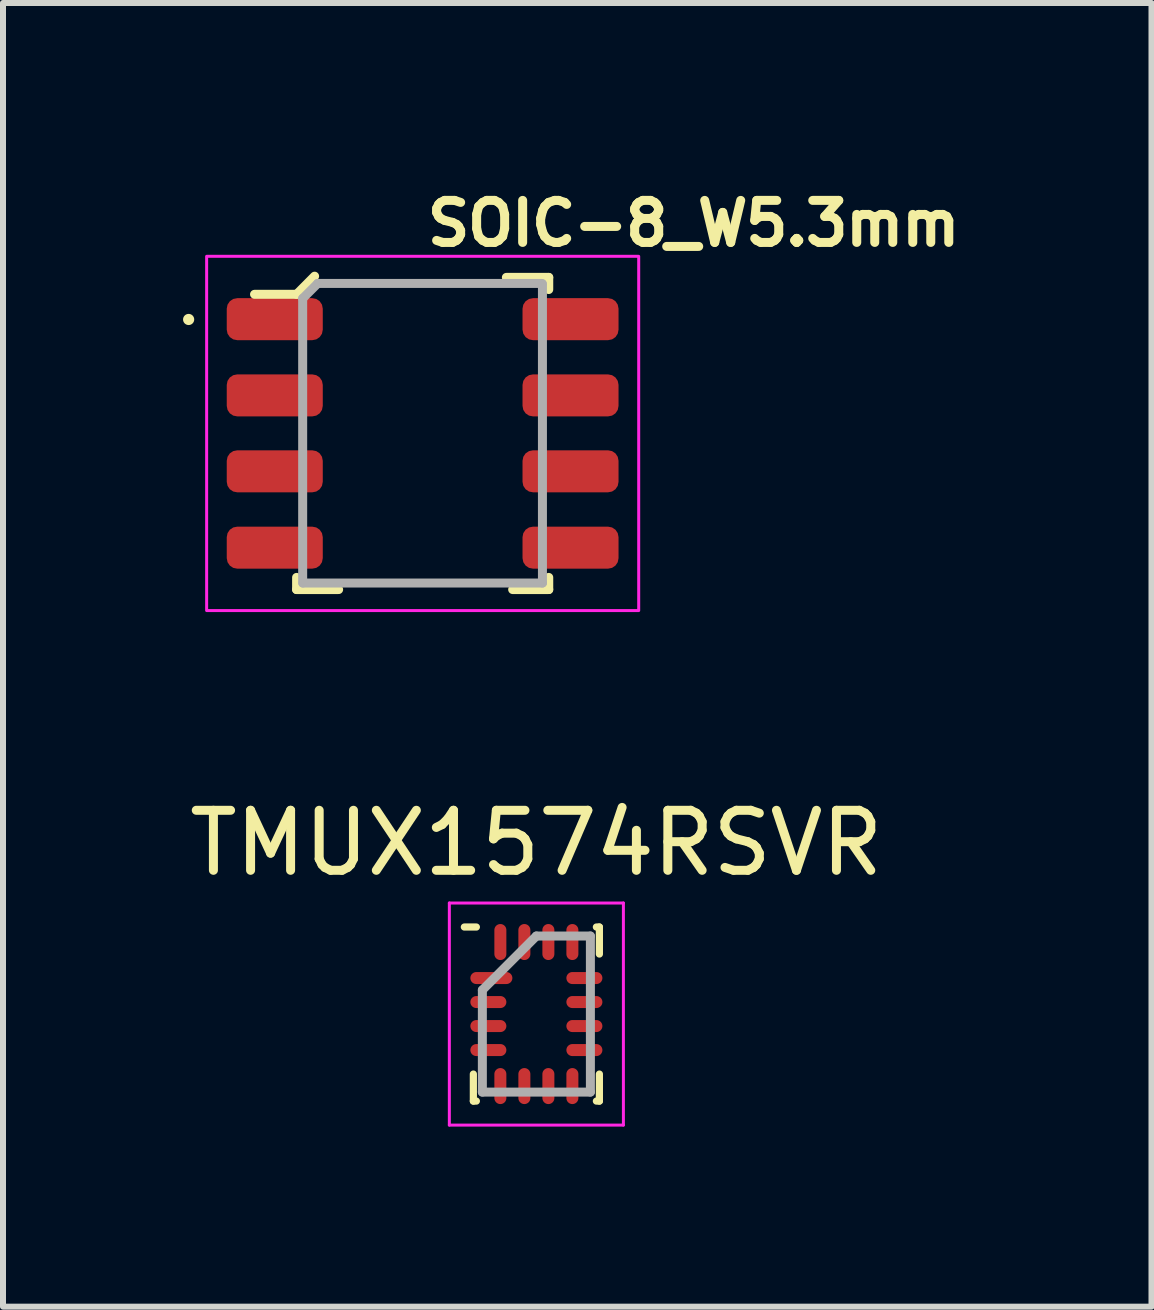
<source format=kicad_pcb>
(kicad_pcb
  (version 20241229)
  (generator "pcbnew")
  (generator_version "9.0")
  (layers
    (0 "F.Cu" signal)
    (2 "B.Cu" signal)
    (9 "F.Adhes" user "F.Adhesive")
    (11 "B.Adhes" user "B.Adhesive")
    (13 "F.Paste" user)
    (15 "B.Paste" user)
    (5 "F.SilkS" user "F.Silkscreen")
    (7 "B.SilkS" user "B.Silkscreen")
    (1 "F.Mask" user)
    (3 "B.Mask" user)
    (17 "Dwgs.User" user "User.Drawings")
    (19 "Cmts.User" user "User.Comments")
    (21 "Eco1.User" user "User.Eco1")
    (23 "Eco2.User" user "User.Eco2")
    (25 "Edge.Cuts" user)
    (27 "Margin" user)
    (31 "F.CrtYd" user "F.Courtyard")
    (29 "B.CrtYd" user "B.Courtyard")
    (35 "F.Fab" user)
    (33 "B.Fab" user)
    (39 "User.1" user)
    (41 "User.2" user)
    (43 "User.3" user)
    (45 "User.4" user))
  (footprint "SOIC-8_W5.3mm"
    (layer "F.Cu")
    (at 3.993 4.173)
    (property "Reference" "SOIC-8_W5.3mm" (at 0 -3.5 0) (layer "F.SilkS") (effects (font (size 0.7 0.7) (thickness 0.15)) (justify left)))
    (attr smd)
    (fp_line (start -2.101 -2.319) (end -2.802 -2.319) (stroke (width 0.15) (type solid)) (layer "F.SilkS"))
    (fp_line (start -2.101 2.398) (end -2.101 2.6) (stroke (width 0.15) (type solid)) (layer "F.SilkS"))
    (fp_line (start -2.101 2.6) (end -1.401 2.6) (stroke (width 0.15) (type solid)) (layer "F.SilkS"))
    (fp_line (start -1.801 -2.621) (end -2.101 -2.319) (stroke (width 0.15) (type solid)) (layer "F.SilkS"))
    (fp_line (start 1.394 -2.601) (end 2.1 -2.601) (stroke (width 0.15) (type solid)) (layer "F.SilkS"))
    (fp_line (start 2.1 -2.601) (end 2.1 -2.399) (stroke (width 0.15) (type solid)) (layer "F.SilkS"))
    (fp_line (start 2.1 2.398) (end 2.1 2.6) (stroke (width 0.15) (type solid)) (layer "F.SilkS"))
    (fp_line (start 2.1 2.6) (end 1.499 2.6) (stroke (width 0.15) (type solid)) (layer "F.SilkS"))
    (fp_circle (center -3.9 -1.9) (end -3.882 -1.9) (stroke (width 0.15) (type solid)) (fill yes) (layer "F.SilkS"))
    (fp_rect (start -3.6 -2.952) (end 3.599 2.95) (stroke (width 0.05) (type solid)) (fill no) (layer "F.CrtYd"))
    (fp_line (start -2 -2.25) (end -1.75 -2.5) (stroke (width 0.15) (type solid)) (layer "F.Fab"))
    (fp_line (start -2 2.491) (end -2 -2.25) (stroke (width 0.15) (type solid)) (layer "F.Fab"))
    (fp_line (start -1.996 2.491) (end 1.995 2.491) (stroke (width 0.15) (type solid)) (layer "F.Fab"))
    (fp_line (start 1.989 -2.5) (end -1.75 -2.5) (stroke (width 0.15) (type solid)) (layer "F.Fab"))
    (fp_line (start 1.995 2.491) (end 1.995 -2.492) (stroke (width 0.15) (type solid)) (layer "F.Fab"))
    (fp_rect (start -3 -2.452) (end 2.999 2.45) (stroke (width 0.1) (type solid)) (fill no) (layer "User.5"))
    (fp_line (start -3 -1.696) (end -3 -2.117) (stroke (width 0.02) (type solid)) (layer "User.9"))
    (fp_line (start -3 -0.425) (end -3 -0.845) (stroke (width 0.02) (type solid)) (layer "User.9"))
    (fp_line (start -3 0.843) (end -3 0.423) (stroke (width 0.02) (type solid)) (layer "User.9"))
    (fp_line (start -3 2.115) (end -3 1.695) (stroke (width 0.02) (type solid)) (layer "User.9"))
    (fp_line (start -2.415 -2.117) (end -3 -2.117) (stroke (width 0.02) (type solid)) (layer "User.9"))
    (fp_line (start -2.415 -1.696) (end -3 -1.696) (stroke (width 0.02) (type solid)) (layer "User.9"))
    (fp_line (start -2.415 -0.845) (end -3 -0.845) (stroke (width 0.02) (type solid)) (layer "User.9"))
    (fp_line (start -2.415 -0.425) (end -3 -0.425) (stroke (width 0.02) (type solid)) (layer "User.9"))
    (fp_line (start -2.415 0.423) (end -3 0.423) (stroke (width 0.02) (type solid)) (layer "User.9"))
    (fp_line (start -2.415 0.843) (end -3 0.843) (stroke (width 0.02) (type solid)) (layer "User.9"))
    (fp_line (start -2.415 1.695) (end -3 1.695) (stroke (width 0.02) (type solid)) (layer "User.9"))
    (fp_line (start -2.415 2.115) (end -3 2.115) (stroke (width 0.02) (type solid)) (layer "User.9"))
    (fp_line (start -2.366 -2.117) (end -2.415 -2.117) (stroke (width 0.02) (type solid)) (layer "User.9"))
    (fp_line (start -2.366 -1.696) (end -2.415 -1.696) (stroke (width 0.02) (type solid)) (layer "User.9"))
    (fp_line (start -2.366 -0.845) (end -2.415 -0.845) (stroke (width 0.02) (type solid)) (layer "User.9"))
    (fp_line (start -2.366 -0.425) (end -2.415 -0.425) (stroke (width 0.02) (type solid)) (layer "User.9"))
    (fp_line (start -2.366 0.423) (end -2.415 0.423) (stroke (width 0.02) (type solid)) (layer "User.9"))
    (fp_line (start -2.366 0.843) (end -2.415 0.843) (stroke (width 0.02) (type solid)) (layer "User.9"))
    (fp_line (start -2.366 1.695) (end -2.415 1.695) (stroke (width 0.02) (type solid)) (layer "User.9"))
    (fp_line (start -2.366 2.115) (end -2.415 2.115) (stroke (width 0.02) (type solid)) (layer "User.9"))
    (fp_line (start -2.332 -2.117) (end -2.366 -2.117) (stroke (width 0.02) (type solid)) (layer "User.9"))
    (fp_line (start -2.332 -1.696) (end -2.366 -1.696) (stroke (width 0.02) (type solid)) (layer "User.9"))
    (fp_line (start -2.332 -0.845) (end -2.366 -0.845) (stroke (width 0.02) (type solid)) (layer "User.9"))
    (fp_line (start -2.332 -0.425) (end -2.366 -0.425) (stroke (width 0.02) (type solid)) (layer "User.9"))
    (fp_line (start -2.332 0.423) (end -2.366 0.423) (stroke (width 0.02) (type solid)) (layer "User.9"))
    (fp_line (start -2.332 0.843) (end -2.366 0.843) (stroke (width 0.02) (type solid)) (layer "User.9"))
    (fp_line (start -2.332 1.695) (end -2.366 1.695) (stroke (width 0.02) (type solid)) (layer "User.9"))
    (fp_line (start -2.332 2.115) (end -2.366 2.115) (stroke (width 0.02) (type solid)) (layer "User.9"))
    (fp_line (start -2.082 -2.117) (end -2.332 -2.117) (stroke (width 0.02) (type solid)) (layer "User.9"))
    (fp_line (start -2.082 -1.696) (end -2.332 -1.696) (stroke (width 0.02) (type solid)) (layer "User.9"))
    (fp_line (start -2.082 -0.845) (end -2.332 -0.845) (stroke (width 0.02) (type solid)) (layer "User.9"))
    (fp_line (start -2.082 -0.425) (end -2.332 -0.425) (stroke (width 0.02) (type solid)) (layer "User.9"))
    (fp_line (start -2.082 0.423) (end -2.332 0.423) (stroke (width 0.02) (type solid)) (layer "User.9"))
    (fp_line (start -2.082 0.843) (end -2.332 0.843) (stroke (width 0.02) (type solid)) (layer "User.9"))
    (fp_line (start -2.082 1.695) (end -2.332 1.695) (stroke (width 0.02) (type solid)) (layer "User.9"))
    (fp_line (start -2.082 2.115) (end -2.332 2.115) (stroke (width 0.02) (type solid)) (layer "User.9"))
    (fp_line (start -1.95 -2.452) (end -1.95 2.45) (stroke (width 0.02) (type solid)) (layer "User.9"))
    (fp_line (start -1.95 -2.117) (end -2.082 -2.117) (stroke (width 0.02) (type solid)) (layer "User.9"))
    (fp_line (start -1.95 -1.696) (end -2.082 -1.696) (stroke (width 0.02) (type solid)) (layer "User.9"))
    (fp_line (start -1.95 -1.696) (end -1.95 -2.117) (stroke (width 0.02) (type solid)) (layer "User.9"))
    (fp_line (start -1.95 -0.845) (end -2.082 -0.845) (stroke (width 0.02) (type solid)) (layer "User.9"))
    (fp_line (start -1.95 -0.425) (end -2.082 -0.425) (stroke (width 0.02) (type solid)) (layer "User.9"))
    (fp_line (start -1.95 -0.425) (end -1.95 -0.845) (stroke (width 0.02) (type solid)) (layer "User.9"))
    (fp_line (start -1.95 0.423) (end -2.082 0.423) (stroke (width 0.02) (type solid)) (layer "User.9"))
    (fp_line (start -1.95 0.843) (end -2.082 0.843) (stroke (width 0.02) (type solid)) (layer "User.9"))
    (fp_line (start -1.95 0.843) (end -1.95 0.423) (stroke (width 0.02) (type solid)) (layer "User.9"))
    (fp_line (start -1.95 1.695) (end -2.082 1.695) (stroke (width 0.02) (type solid)) (layer "User.9"))
    (fp_line (start -1.95 2.115) (end -2.082 2.115) (stroke (width 0.02) (type solid)) (layer "User.9"))
    (fp_line (start -1.95 2.115) (end -1.95 1.695) (stroke (width 0.02) (type solid)) (layer "User.9"))
    (fp_line (start -1.95 2.45) (end 1.949 2.45) (stroke (width 0.02) (type solid)) (layer "User.9"))
    (fp_line (start -1.863 -2.363) (end -1.95 -2.452) (stroke (width 0.02) (type solid)) (layer "User.9"))
    (fp_line (start -1.863 -2.363) (end -1.863 2.362) (stroke (width 0.02) (type solid)) (layer "User.9"))
    (fp_line (start -1.863 2.362) (end -1.95 2.45) (stroke (width 0.02) (type solid)) (layer "User.9"))
    (fp_line (start -1.863 2.362) (end 1.862 2.362) (stroke (width 0.02) (type solid)) (layer "User.9"))
    (fp_line (start 1.862 -2.363) (end -1.863 -2.363) (stroke (width 0.02) (type solid)) (layer "User.9"))
    (fp_line (start 1.862 -2.363) (end 1.949 -2.452) (stroke (width 0.02) (type solid)) (layer "User.9"))
    (fp_line (start 1.862 2.362) (end 1.862 -2.363) (stroke (width 0.02) (type solid)) (layer "User.9"))
    (fp_line (start 1.862 2.362) (end 1.949 2.45) (stroke (width 0.02) (type solid)) (layer "User.9"))
    (fp_line (start 1.949 -2.452) (end -1.95 -2.452) (stroke (width 0.02) (type solid)) (layer "User.9"))
    (fp_line (start 1.949 -2.117) (end 2.08 -2.117) (stroke (width 0.02) (type solid)) (layer "User.9"))
    (fp_line (start 1.949 -1.696) (end 1.949 -2.117) (stroke (width 0.02) (type solid)) (layer "User.9"))
    (fp_line (start 1.949 -1.696) (end 2.08 -1.696) (stroke (width 0.02) (type solid)) (layer "User.9"))
    (fp_line (start 1.949 -0.845) (end 2.08 -0.845) (stroke (width 0.02) (type solid)) (layer "User.9"))
    (fp_line (start 1.949 -0.425) (end 1.949 -0.845) (stroke (width 0.02) (type solid)) (layer "User.9"))
    (fp_line (start 1.949 -0.425) (end 2.08 -0.425) (stroke (width 0.02) (type solid)) (layer "User.9"))
    (fp_line (start 1.949 0.423) (end 2.08 0.423) (stroke (width 0.02) (type solid)) (layer "User.9"))
    (fp_line (start 1.949 0.843) (end 1.949 0.423) (stroke (width 0.02) (type solid)) (layer "User.9"))
    (fp_line (start 1.949 0.843) (end 2.08 0.843) (stroke (width 0.02) (type solid)) (layer "User.9"))
    (fp_line (start 1.949 1.695) (end 2.08 1.695) (stroke (width 0.02) (type solid)) (layer "User.9"))
    (fp_line (start 1.949 2.115) (end 1.949 1.695) (stroke (width 0.02) (type solid)) (layer "User.9"))
    (fp_line (start 1.949 2.115) (end 2.08 2.115) (stroke (width 0.02) (type solid)) (layer "User.9"))
    (fp_line (start 1.949 2.45) (end 1.949 -2.452) (stroke (width 0.02) (type solid)) (layer "User.9"))
    (fp_line (start 2.08 -2.117) (end 2.33 -2.117) (stroke (width 0.02) (type solid)) (layer "User.9"))
    (fp_line (start 2.08 -1.696) (end 2.33 -1.696) (stroke (width 0.02) (type solid)) (layer "User.9"))
    (fp_line (start 2.08 -0.845) (end 2.33 -0.845) (stroke (width 0.02) (type solid)) (layer "User.9"))
    (fp_line (start 2.08 -0.425) (end 2.33 -0.425) (stroke (width 0.02) (type solid)) (layer "User.9"))
    (fp_line (start 2.08 0.423) (end 2.33 0.423) (stroke (width 0.02) (type solid)) (layer "User.9"))
    (fp_line (start 2.08 0.843) (end 2.33 0.843) (stroke (width 0.02) (type solid)) (layer "User.9"))
    (fp_line (start 2.08 1.695) (end 2.33 1.695) (stroke (width 0.02) (type solid)) (layer "User.9"))
    (fp_line (start 2.08 2.115) (end 2.33 2.115) (stroke (width 0.02) (type solid)) (layer "User.9"))
    (fp_line (start 2.33 -2.117) (end 2.363 -2.117) (stroke (width 0.02) (type solid)) (layer "User.9"))
    (fp_line (start 2.33 -1.696) (end 2.363 -1.696) (stroke (width 0.02) (type solid)) (layer "User.9"))
    (fp_line (start 2.33 -0.845) (end 2.363 -0.845) (stroke (width 0.02) (type solid)) (layer "User.9"))
    (fp_line (start 2.33 -0.425) (end 2.363 -0.425) (stroke (width 0.02) (type solid)) (layer "User.9"))
    (fp_line (start 2.33 0.423) (end 2.363 0.423) (stroke (width 0.02) (type solid)) (layer "User.9"))
    (fp_line (start 2.33 0.843) (end 2.363 0.843) (stroke (width 0.02) (type solid)) (layer "User.9"))
    (fp_line (start 2.33 1.695) (end 2.363 1.695) (stroke (width 0.02) (type solid)) (layer "User.9"))
    (fp_line (start 2.33 2.115) (end 2.363 2.115) (stroke (width 0.02) (type solid)) (layer "User.9"))
    (fp_line (start 2.363 -2.117) (end 2.414 -2.117) (stroke (width 0.02) (type solid)) (layer "User.9"))
    (fp_line (start 2.363 -1.696) (end 2.414 -1.696) (stroke (width 0.02) (type solid)) (layer "User.9"))
    (fp_line (start 2.363 -0.845) (end 2.414 -0.845) (stroke (width 0.02) (type solid)) (layer "User.9"))
    (fp_line (start 2.363 -0.425) (end 2.414 -0.425) (stroke (width 0.02) (type solid)) (layer "User.9"))
    (fp_line (start 2.363 0.423) (end 2.414 0.423) (stroke (width 0.02) (type solid)) (layer "User.9"))
    (fp_line (start 2.363 0.843) (end 2.414 0.843) (stroke (width 0.02) (type solid)) (layer "User.9"))
    (fp_line (start 2.363 1.695) (end 2.414 1.695) (stroke (width 0.02) (type solid)) (layer "User.9"))
    (fp_line (start 2.363 2.115) (end 2.414 2.115) (stroke (width 0.02) (type solid)) (layer "User.9"))
    (fp_line (start 2.414 -2.117) (end 2.999 -2.117) (stroke (width 0.02) (type solid)) (layer "User.9"))
    (fp_line (start 2.414 -1.696) (end 2.999 -1.696) (stroke (width 0.02) (type solid)) (layer "User.9"))
    (fp_line (start 2.414 -0.845) (end 2.999 -0.845) (stroke (width 0.02) (type solid)) (layer "User.9"))
    (fp_line (start 2.414 -0.425) (end 2.999 -0.425) (stroke (width 0.02) (type solid)) (layer "User.9"))
    (fp_line (start 2.414 0.423) (end 2.999 0.423) (stroke (width 0.02) (type solid)) (layer "User.9"))
    (fp_line (start 2.414 0.843) (end 2.999 0.843) (stroke (width 0.02) (type solid)) (layer "User.9"))
    (fp_line (start 2.414 1.695) (end 2.999 1.695) (stroke (width 0.02) (type solid)) (layer "User.9"))
    (fp_line (start 2.414 2.115) (end 2.999 2.115) (stroke (width 0.02) (type solid)) (layer "User.9"))
    (fp_line (start 2.999 -1.696) (end 2.999 -2.117) (stroke (width 0.02) (type solid)) (layer "User.9"))
    (fp_line (start 2.999 -0.425) (end 2.999 -0.845) (stroke (width 0.02) (type solid)) (layer "User.9"))
    (fp_line (start 2.999 0.843) (end 2.999 0.423) (stroke (width 0.02) (type solid)) (layer "User.9"))
    (fp_line (start 2.999 2.115) (end 2.999 1.695) (stroke (width 0.02) (type solid)) (layer "User.9"))
    (pad "1" smd roundrect (at -2.465 -1.905) (size 1.6 0.7) (layers "F.Cu" "F.Mask" "F.Paste") (roundrect_rratio 0.25))
    (pad "2" smd roundrect (at -2.465 -0.635) (size 1.6 0.7) (layers "F.Cu" "F.Mask" "F.Paste") (roundrect_rratio 0.25))
    (pad "3" smd roundrect (at -2.465 0.63) (size 1.6 0.7) (layers "F.Cu" "F.Mask" "F.Paste") (roundrect_rratio 0.25))
    (pad "4" smd roundrect (at -2.465 1.902) (size 1.6 0.7) (layers "F.Cu" "F.Mask" "F.Paste") (roundrect_rratio 0.25))
    (pad "5" smd roundrect (at 2.463 1.902) (size 1.6 0.7) (layers "F.Cu" "F.Mask" "F.Paste") (roundrect_rratio 0.25))
    (pad "6" smd roundrect (at 2.463 0.63) (size 1.6 0.7) (layers "F.Cu" "F.Mask" "F.Paste") (roundrect_rratio 0.25))
    (pad "7" smd roundrect (at 2.463 -0.635) (size 1.6 0.7) (layers "F.Cu" "F.Mask" "F.Paste") (roundrect_rratio 0.25))
    (pad "8" smd roundrect (at 2.463 -1.905) (size 1.6 0.7) (layers "F.Cu" "F.Mask" "F.Paste") (roundrect_rratio 0.25)))
  (footprint "TMUX1574RSVR"
    (layer "F.Cu")
    (at 5.887 13.846)
    (property "Reference" "TMUX1574RSVR" (at 0 -2.85 0) (layer "F.SilkS") (effects (font (size 1 1) (thickness 0.15))))
    (attr smd)
    (fp_line (start -1.05 1.45) (end -1.05 1) (stroke (width 0.12) (type solid)) (layer "F.SilkS"))
    (fp_line (start -1 -1.45) (end -1.2 -1.45) (stroke (width 0.12) (type solid)) (layer "F.SilkS"))
    (fp_line (start -1 1.45) (end -1.05 1.45) (stroke (width 0.12) (type solid)) (layer "F.SilkS"))
    (fp_line (start 1 -1.45) (end 1.05 -1.45) (stroke (width 0.12) (type solid)) (layer "F.SilkS"))
    (fp_line (start 1 1.45) (end 1.05 1.45) (stroke (width 0.12) (type solid)) (layer "F.SilkS"))
    (fp_line (start 1.05 -1.45) (end 1.05 -1) (stroke (width 0.12) (type solid)) (layer "F.SilkS"))
    (fp_line (start 1.05 1.45) (end 1.05 1) (stroke (width 0.12) (type solid)) (layer "F.SilkS"))
    (fp_line (start -1.45 -1.85) (end 1.45 -1.85) (stroke (width 0.05) (type solid)) (layer "F.CrtYd"))
    (fp_line (start -1.45 1.85) (end -1.45 -1.85) (stroke (width 0.05) (type solid)) (layer "F.CrtYd"))
    (fp_line (start 1.45 -1.85) (end 1.45 1.85) (stroke (width 0.05) (type solid)) (layer "F.CrtYd"))
    (fp_line (start 1.45 1.85) (end -1.45 1.85) (stroke (width 0.05) (type solid)) (layer "F.CrtYd"))
    (fp_line (start -0.9 -0.4) (end -0.9 1.3) (stroke (width 0.15) (type solid)) (layer "F.Fab"))
    (fp_line (start -0.9 1.3) (end 0.9 1.3) (stroke (width 0.15) (type solid)) (layer "F.Fab"))
    (fp_line (start 0 -1.3) (end -0.9 -0.4) (stroke (width 0.15) (type solid)) (layer "F.Fab"))
    (fp_line (start 0.9 -1.3) (end 0 -1.3) (stroke (width 0.15) (type solid)) (layer "F.Fab"))
    (fp_line (start 0.9 1.3) (end 0.9 -1.3) (stroke (width 0.15) (type solid)) (layer "F.Fab"))
    (pad "1" smd oval (at -0.75 -0.6 90) (size 0.2 0.7) (layers "F.Cu" "F.Mask" "F.Paste"))
    (pad "2" smd oval (at -0.8 -0.2 90) (size 0.2 0.6) (layers "F.Cu" "F.Mask" "F.Paste"))
    (pad "3" smd oval (at -0.8 0.2 90) (size 0.2 0.6) (layers "F.Cu" "F.Mask" "F.Paste"))
    (pad "4" smd oval (at -0.8 0.6 90) (size 0.2 0.6) (layers "F.Cu" "F.Mask" "F.Paste"))
    (pad "5" smd oval (at -0.6 1.2) (size 0.2 0.6) (layers "F.Cu" "F.Mask" "F.Paste"))
    (pad "6" smd oval (at -0.2 1.2) (size 0.2 0.6) (layers "F.Cu" "F.Mask" "F.Paste"))
    (pad "7" smd oval (at 0.2 1.2) (size 0.2 0.6) (layers "F.Cu" "F.Mask" "F.Paste"))
    (pad "8" smd oval (at 0.6 1.2) (size 0.2 0.6) (layers "F.Cu" "F.Mask" "F.Paste"))
    (pad "9" smd oval (at 0.8 0.6 90) (size 0.2 0.6) (layers "F.Cu" "F.Mask" "F.Paste"))
    (pad "10" smd oval (at 0.8 0.2 90) (size 0.2 0.6) (layers "F.Cu" "F.Mask" "F.Paste"))
    (pad "11" smd oval (at 0.8 -0.2 90) (size 0.2 0.6) (layers "F.Cu" "F.Mask" "F.Paste"))
    (pad "12" smd oval (at 0.8 -0.6 90) (size 0.2 0.6) (layers "F.Cu" "F.Mask" "F.Paste"))
    (pad "13" smd oval (at 0.6 -1.2) (size 0.2 0.6) (layers "F.Cu" "F.Mask" "F.Paste"))
    (pad "14" smd oval (at 0.2 -1.2) (size 0.2 0.6) (layers "F.Cu" "F.Mask" "F.Paste"))
    (pad "15" smd oval (at -0.2 -1.2) (size 0.2 0.6) (layers "F.Cu" "F.Mask" "F.Paste"))
    (pad "16" smd oval (at -0.6 -1.2) (size 0.2 0.6) (layers "F.Cu" "F.Mask" "F.Paste")))
  (gr_rect
    (start -3 -3)
    (end 16.136 18.721)
    (stroke (width 0.1) (type default))
    (fill no)
    (layer "Edge.Cuts")))
</source>
